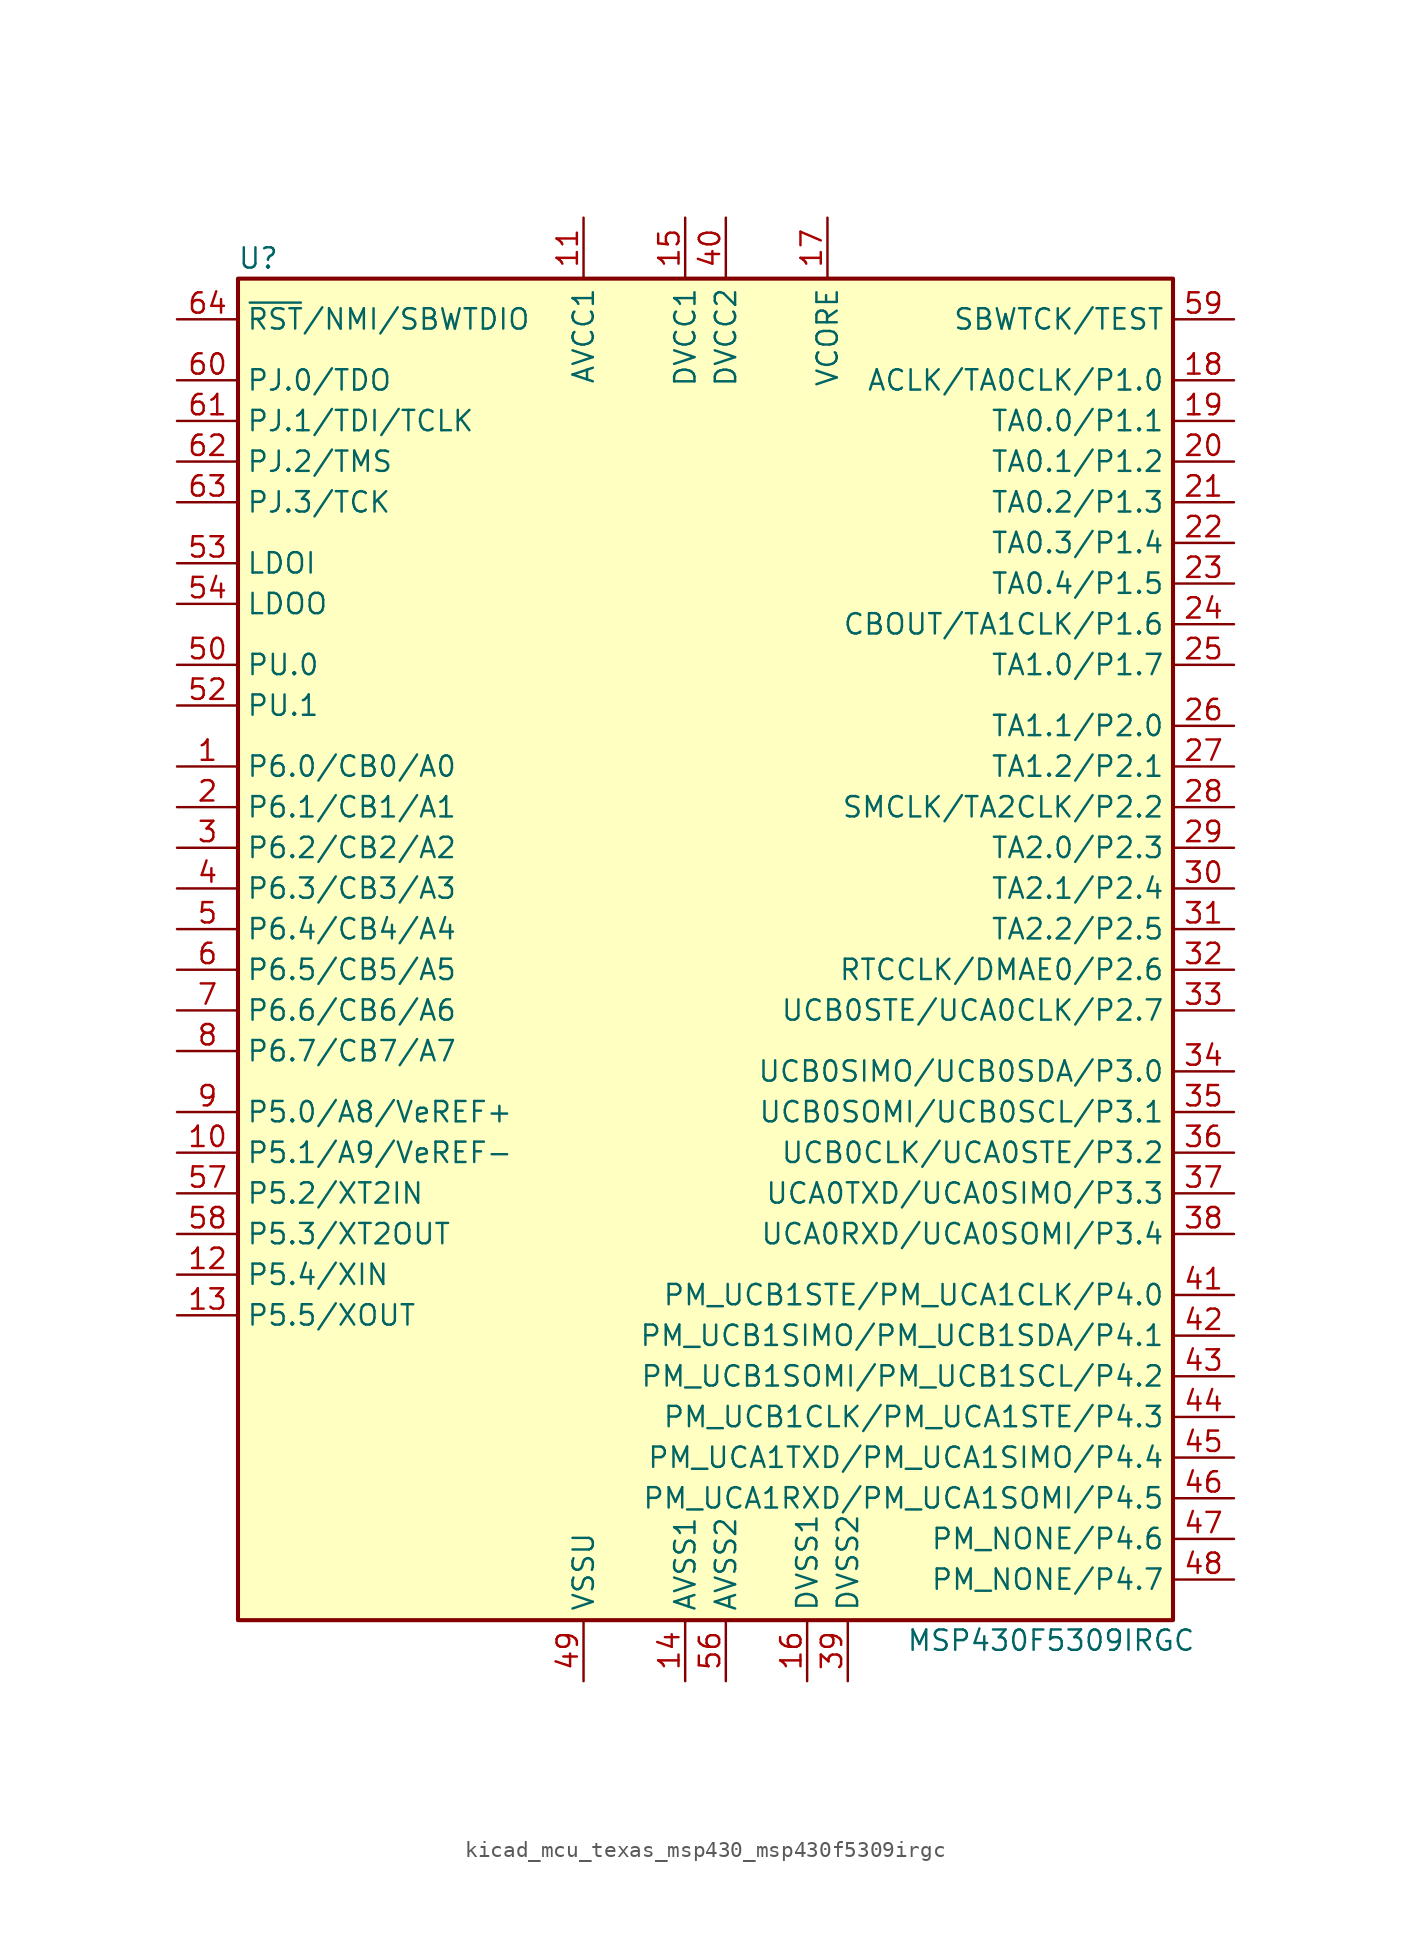
<source format=kicad_sym>
(kicad_symbol_lib
  (version 20220914)
  (generator kicad_symbol_editor)
  (symbol "kicad_mcu_texas_msp430_msp430f5309irgc"
    (property "Reference" "U"
      (at -27.94 43.18 0)
      (effects (font (size 1.27 1.27))))
    (property "Value" "MSP430F5309IRGC"
      (at 21.59 -43.18 0)
      (effects (font (size 1.27 1.27))))
    (symbol "kicad_mcu_texas_msp430_msp430f5309irgc_0_1"
      (rectangle (start -29.21 41.91) (end 29.21 -41.91) (stroke (width 0.254) (type default)) (fill (type background))))
    (symbol "kicad_mcu_texas_msp430_msp430f5309irgc_1_1"
      (pin bidirectional line (at -33.02 11.43 0) (length 3.81) (name "P6.0/CB0/A0" (effects (font (size 1.27 1.27)))) (number "1" (effects (font (size 1.27 1.27)))))
      (pin bidirectional line (at -33.02 -12.7 0) (length 3.81) (name "P5.1/A9/VeREF-" (effects (font (size 1.27 1.27)))) (number "10" (effects (font (size 1.27 1.27)))))
      (pin power_in line (at -7.62 45.72 270) (length 3.81) (name "AVCC1" (effects (font (size 1.27 1.27)))) (number "11" (effects (font (size 1.27 1.27)))))
      (pin bidirectional line (at -33.02 -20.32 0) (length 3.81) (name "P5.4/XIN" (effects (font (size 1.27 1.27)))) (number "12" (effects (font (size 1.27 1.27)))))
      (pin bidirectional line (at -33.02 -22.86 0) (length 3.81) (name "P5.5/XOUT" (effects (font (size 1.27 1.27)))) (number "13" (effects (font (size 1.27 1.27)))))
      (pin power_in line (at -1.27 -45.72 90) (length 3.81) (name "AVSS1" (effects (font (size 1.27 1.27)))) (number "14" (effects (font (size 1.27 1.27)))))
      (pin power_in line (at -1.27 45.72 270) (length 3.81) (name "DVCC1" (effects (font (size 1.27 1.27)))) (number "15" (effects (font (size 1.27 1.27)))))
      (pin power_in line (at 6.35 -45.72 90) (length 3.81) (name "DVSS1" (effects (font (size 1.27 1.27)))) (number "16" (effects (font (size 1.27 1.27)))))
      (pin bidirectional line (at 7.62 45.72 270) (length 3.81) (name "VCORE" (effects (font (size 1.27 1.27)))) (number "17" (effects (font (size 1.27 1.27)))))
      (pin bidirectional line (at 33.02 35.56 180) (length 3.81) (name "ACLK/TA0CLK/P1.0" (effects (font (size 1.27 1.27)))) (number "18" (effects (font (size 1.27 1.27)))))
      (pin bidirectional line (at 33.02 33.02 180) (length 3.81) (name "TA0.0/P1.1" (effects (font (size 1.27 1.27)))) (number "19" (effects (font (size 1.27 1.27)))))
      (pin bidirectional line (at -33.02 8.89 0) (length 3.81) (name "P6.1/CB1/A1" (effects (font (size 1.27 1.27)))) (number "2" (effects (font (size 1.27 1.27)))))
      (pin bidirectional line (at 33.02 30.48 180) (length 3.81) (name "TA0.1/P1.2" (effects (font (size 1.27 1.27)))) (number "20" (effects (font (size 1.27 1.27)))))
      (pin bidirectional line (at 33.02 27.94 180) (length 3.81) (name "TA0.2/P1.3" (effects (font (size 1.27 1.27)))) (number "21" (effects (font (size 1.27 1.27)))))
      (pin bidirectional line (at 33.02 25.4 180) (length 3.81) (name "TA0.3/P1.4" (effects (font (size 1.27 1.27)))) (number "22" (effects (font (size 1.27 1.27)))))
      (pin bidirectional line (at 33.02 22.86 180) (length 3.81) (name "TA0.4/P1.5" (effects (font (size 1.27 1.27)))) (number "23" (effects (font (size 1.27 1.27)))))
      (pin bidirectional line (at 33.02 20.32 180) (length 3.81) (name "CBOUT/TA1CLK/P1.6" (effects (font (size 1.27 1.27)))) (number "24" (effects (font (size 1.27 1.27)))))
      (pin bidirectional line (at 33.02 17.78 180) (length 3.81) (name "TA1.0/P1.7" (effects (font (size 1.27 1.27)))) (number "25" (effects (font (size 1.27 1.27)))))
      (pin bidirectional line (at 33.02 13.97 180) (length 3.81) (name "TA1.1/P2.0" (effects (font (size 1.27 1.27)))) (number "26" (effects (font (size 1.27 1.27)))))
      (pin bidirectional line (at 33.02 11.43 180) (length 3.81) (name "TA1.2/P2.1" (effects (font (size 1.27 1.27)))) (number "27" (effects (font (size 1.27 1.27)))))
      (pin bidirectional line (at 33.02 8.89 180) (length 3.81) (name "SMCLK/TA2CLK/P2.2" (effects (font (size 1.27 1.27)))) (number "28" (effects (font (size 1.27 1.27)))))
      (pin bidirectional line (at 33.02 6.35 180) (length 3.81) (name "TA2.0/P2.3" (effects (font (size 1.27 1.27)))) (number "29" (effects (font (size 1.27 1.27)))))
      (pin bidirectional line (at -33.02 6.35 0) (length 3.81) (name "P6.2/CB2/A2" (effects (font (size 1.27 1.27)))) (number "3" (effects (font (size 1.27 1.27)))))
      (pin bidirectional line (at 33.02 3.81 180) (length 3.81) (name "TA2.1/P2.4" (effects (font (size 1.27 1.27)))) (number "30" (effects (font (size 1.27 1.27)))))
      (pin bidirectional line (at 33.02 1.27 180) (length 3.81) (name "TA2.2/P2.5" (effects (font (size 1.27 1.27)))) (number "31" (effects (font (size 1.27 1.27)))))
      (pin bidirectional line (at 33.02 -1.27 180) (length 3.81) (name "RTCCLK/DMAE0/P2.6" (effects (font (size 1.27 1.27)))) (number "32" (effects (font (size 1.27 1.27)))))
      (pin bidirectional line (at 33.02 -3.81 180) (length 3.81) (name "UCB0STE/UCA0CLK/P2.7" (effects (font (size 1.27 1.27)))) (number "33" (effects (font (size 1.27 1.27)))))
      (pin bidirectional line (at 33.02 -7.62 180) (length 3.81) (name "UCB0SIMO/UCB0SDA/P3.0" (effects (font (size 1.27 1.27)))) (number "34" (effects (font (size 1.27 1.27)))))
      (pin bidirectional line (at 33.02 -10.16 180) (length 3.81) (name "UCB0SOMI/UCB0SCL/P3.1" (effects (font (size 1.27 1.27)))) (number "35" (effects (font (size 1.27 1.27)))))
      (pin bidirectional line (at 33.02 -12.7 180) (length 3.81) (name "UCB0CLK/UCA0STE/P3.2" (effects (font (size 1.27 1.27)))) (number "36" (effects (font (size 1.27 1.27)))))
      (pin bidirectional line (at 33.02 -15.24 180) (length 3.81) (name "UCA0TXD/UCA0SIMO/P3.3" (effects (font (size 1.27 1.27)))) (number "37" (effects (font (size 1.27 1.27)))))
      (pin bidirectional line (at 33.02 -17.78 180) (length 3.81) (name "UCA0RXD/UCA0SOMI/P3.4" (effects (font (size 1.27 1.27)))) (number "38" (effects (font (size 1.27 1.27)))))
      (pin power_in line (at 8.89 -45.72 90) (length 3.81) (name "DVSS2" (effects (font (size 1.27 1.27)))) (number "39" (effects (font (size 1.27 1.27)))))
      (pin bidirectional line (at -33.02 3.81 0) (length 3.81) (name "P6.3/CB3/A3" (effects (font (size 1.27 1.27)))) (number "4" (effects (font (size 1.27 1.27)))))
      (pin power_in line (at 1.27 45.72 270) (length 3.81) (name "DVCC2" (effects (font (size 1.27 1.27)))) (number "40" (effects (font (size 1.27 1.27)))))
      (pin bidirectional line (at 33.02 -21.59 180) (length 3.81) (name "PM_UCB1STE/PM_UCA1CLK/P4.0" (effects (font (size 1.27 1.27)))) (number "41" (effects (font (size 1.27 1.27)))))
      (pin bidirectional line (at 33.02 -24.13 180) (length 3.81) (name "PM_UCB1SIMO/PM_UCB1SDA/P4.1" (effects (font (size 1.27 1.27)))) (number "42" (effects (font (size 1.27 1.27)))))
      (pin bidirectional line (at 33.02 -26.67 180) (length 3.81) (name "PM_UCB1SOMI/PM_UCB1SCL/P4.2" (effects (font (size 1.27 1.27)))) (number "43" (effects (font (size 1.27 1.27)))))
      (pin bidirectional line (at 33.02 -29.21 180) (length 3.81) (name "PM_UCB1CLK/PM_UCA1STE/P4.3" (effects (font (size 1.27 1.27)))) (number "44" (effects (font (size 1.27 1.27)))))
      (pin bidirectional line (at 33.02 -31.75 180) (length 3.81) (name "PM_UCA1TXD/PM_UCA1SIMO/P4.4" (effects (font (size 1.27 1.27)))) (number "45" (effects (font (size 1.27 1.27)))))
      (pin bidirectional line (at 33.02 -34.29 180) (length 3.81) (name "PM_UCA1RXD/PM_UCA1SOMI/P4.5" (effects (font (size 1.27 1.27)))) (number "46" (effects (font (size 1.27 1.27)))))
      (pin bidirectional line (at 33.02 -36.83 180) (length 3.81) (name "PM_NONE/P4.6" (effects (font (size 1.27 1.27)))) (number "47" (effects (font (size 1.27 1.27)))))
      (pin bidirectional line (at 33.02 -39.37 180) (length 3.81) (name "PM_NONE/P4.7" (effects (font (size 1.27 1.27)))) (number "48" (effects (font (size 1.27 1.27)))))
      (pin power_in line (at -7.62 -45.72 90) (length 3.81) (name "VSSU" (effects (font (size 1.27 1.27)))) (number "49" (effects (font (size 1.27 1.27)))))
      (pin bidirectional line (at -33.02 1.27 0) (length 3.81) (name "P6.4/CB4/A4" (effects (font (size 1.27 1.27)))) (number "5" (effects (font (size 1.27 1.27)))))
      (pin bidirectional line (at -33.02 17.78 0) (length 3.81) (name "PU.0" (effects (font (size 1.27 1.27)))) (number "50" (effects (font (size 1.27 1.27)))))
      (pin bidirectional line (at -33.02 15.24 0) (length 3.81) (name "PU.1" (effects (font (size 1.27 1.27)))) (number "52" (effects (font (size 1.27 1.27)))))
      (pin power_in line (at -33.02 24.13 0) (length 3.81) (name "LDOI" (effects (font (size 1.27 1.27)))) (number "53" (effects (font (size 1.27 1.27)))))
      (pin power_out line (at -33.02 21.59 0) (length 3.81) (name "LDOO" (effects (font (size 1.27 1.27)))) (number "54" (effects (font (size 1.27 1.27)))))
      (pin power_in line (at 1.27 -45.72 90) (length 3.81) (name "AVSS2" (effects (font (size 1.27 1.27)))) (number "56" (effects (font (size 1.27 1.27)))))
      (pin bidirectional line (at -33.02 -15.24 0) (length 3.81) (name "P5.2/XT2IN" (effects (font (size 1.27 1.27)))) (number "57" (effects (font (size 1.27 1.27)))))
      (pin bidirectional line (at -33.02 -17.78 0) (length 3.81) (name "P5.3/XT2OUT" (effects (font (size 1.27 1.27)))) (number "58" (effects (font (size 1.27 1.27)))))
      (pin input line (at 33.02 39.37 180) (length 3.81) (name "SBWTCK/TEST" (effects (font (size 1.27 1.27)))) (number "59" (effects (font (size 1.27 1.27)))))
      (pin bidirectional line (at -33.02 -1.27 0) (length 3.81) (name "P6.5/CB5/A5" (effects (font (size 1.27 1.27)))) (number "6" (effects (font (size 1.27 1.27)))))
      (pin bidirectional line (at -33.02 35.56 0) (length 3.81) (name "PJ.0/TDO" (effects (font (size 1.27 1.27)))) (number "60" (effects (font (size 1.27 1.27)))))
      (pin bidirectional line (at -33.02 33.02 0) (length 3.81) (name "PJ.1/TDI/TCLK" (effects (font (size 1.27 1.27)))) (number "61" (effects (font (size 1.27 1.27)))))
      (pin bidirectional line (at -33.02 30.48 0) (length 3.81) (name "PJ.2/TMS" (effects (font (size 1.27 1.27)))) (number "62" (effects (font (size 1.27 1.27)))))
      (pin bidirectional line (at -33.02 27.94 0) (length 3.81) (name "PJ.3/TCK" (effects (font (size 1.27 1.27)))) (number "63" (effects (font (size 1.27 1.27)))))
      (pin input line (at -33.02 39.37 0) (length 3.81) (name "~{RST}/NMI/SBWTDIO" (effects (font (size 1.27 1.27)))) (number "64" (effects (font (size 1.27 1.27)))))
      (pin bidirectional line (at -33.02 -3.81 0) (length 3.81) (name "P6.6/CB6/A6" (effects (font (size 1.27 1.27)))) (number "7" (effects (font (size 1.27 1.27)))))
      (pin bidirectional line (at -33.02 -6.35 0) (length 3.81) (name "P6.7/CB7/A7" (effects (font (size 1.27 1.27)))) (number "8" (effects (font (size 1.27 1.27)))))
      (pin bidirectional line (at -33.02 -10.16 0) (length 3.81) (name "P5.0/A8/VeREF+" (effects (font (size 1.27 1.27)))) (number "9" (effects (font (size 1.27 1.27))))))))
</source>
